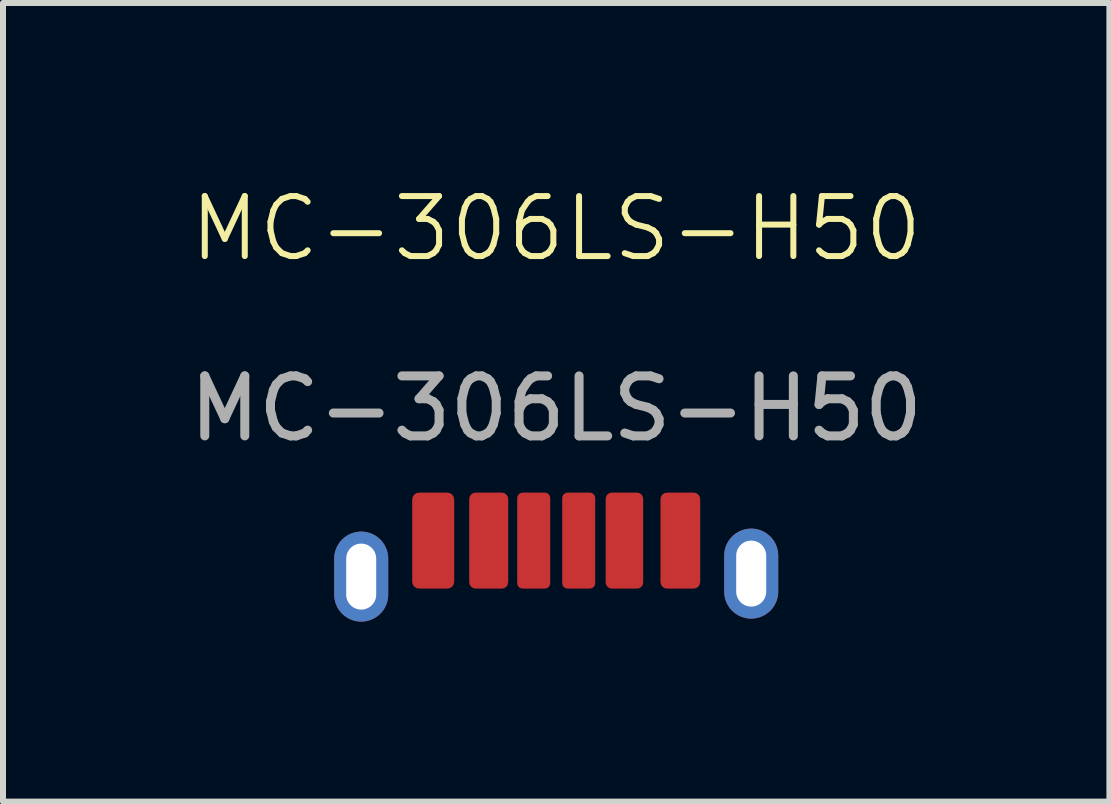
<source format=kicad_pcb>
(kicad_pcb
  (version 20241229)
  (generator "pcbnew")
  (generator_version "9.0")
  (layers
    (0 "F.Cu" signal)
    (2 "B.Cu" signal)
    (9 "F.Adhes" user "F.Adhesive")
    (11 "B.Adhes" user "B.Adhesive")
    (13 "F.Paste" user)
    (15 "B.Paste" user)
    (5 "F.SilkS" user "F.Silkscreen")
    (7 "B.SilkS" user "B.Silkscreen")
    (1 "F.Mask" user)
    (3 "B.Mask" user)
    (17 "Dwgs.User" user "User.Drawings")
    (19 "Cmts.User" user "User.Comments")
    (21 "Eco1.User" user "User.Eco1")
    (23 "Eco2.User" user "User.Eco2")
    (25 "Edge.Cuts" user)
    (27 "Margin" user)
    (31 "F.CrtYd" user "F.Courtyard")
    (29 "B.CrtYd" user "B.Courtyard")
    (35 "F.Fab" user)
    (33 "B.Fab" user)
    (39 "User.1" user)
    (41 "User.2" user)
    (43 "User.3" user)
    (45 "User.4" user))
  (footprint "MC-306LS-H50"
    (layer "F.Cu")
    (at 6.22 1.26)
    (property "Reference" "MC-306LS-H50" (at 0 -0.5 0) (unlocked yes) (layer "F.SilkS") (effects (font (size 1 1) (thickness 0.1))))
    (attr smd)
    (fp_text user "${REFERENCE}" (at 0 2.5 0) (unlocked yes) (layer "F.Fab") (effects (font (size 1 1) (thickness 0.15))))
    (pad "7" thru_hole oval (at 3.25 5.25) (size 0.9 1.5) (drill oval 0.5 1.1) (layers "*.Cu" "B.Mask"))
    (pad "8" thru_hole oval (at -3.25 5.3) (size 0.9 1.5) (drill oval 0.5 1.1) (layers "*.Cu" "B.Mask"))
    (pad "A5" connect roundrect (at 0.375 4.7) (size 0.55 1.6) (layers "F.Cu" "F.Mask") (roundrect_rratio 0.164))
    (pad "A9" connect roundrect (at 1.137 4.7) (size 0.625 1.6) (layers "F.Cu" "F.Mask") (roundrect_rratio 0.164))
    (pad "A12" connect roundrect (at 2.069 4.7) (size 0.662 1.6) (layers "F.Cu" "F.Mask") (roundrect_rratio 0.164))
    (pad "B5" connect roundrect (at -0.375 4.7) (size 0.55 1.6) (layers "F.Cu" "F.Mask") (roundrect_rratio 0.164))
    (pad "B9" connect roundrect (at -1.125 4.7) (size 0.65 1.6) (layers "F.Cu" "F.Mask") (roundrect_rratio 0.164))
    (pad "B12" connect roundrect (at -2.05 4.7) (size 0.7 1.6) (layers "F.Cu" "F.Mask") (roundrect_rratio 0.164)))
  (gr_rect
    (start -3 -3)
    (end 15.44 10.31)
    (stroke (width 0.1) (type default))
    (fill no)
    (layer "Edge.Cuts")))
</source>
